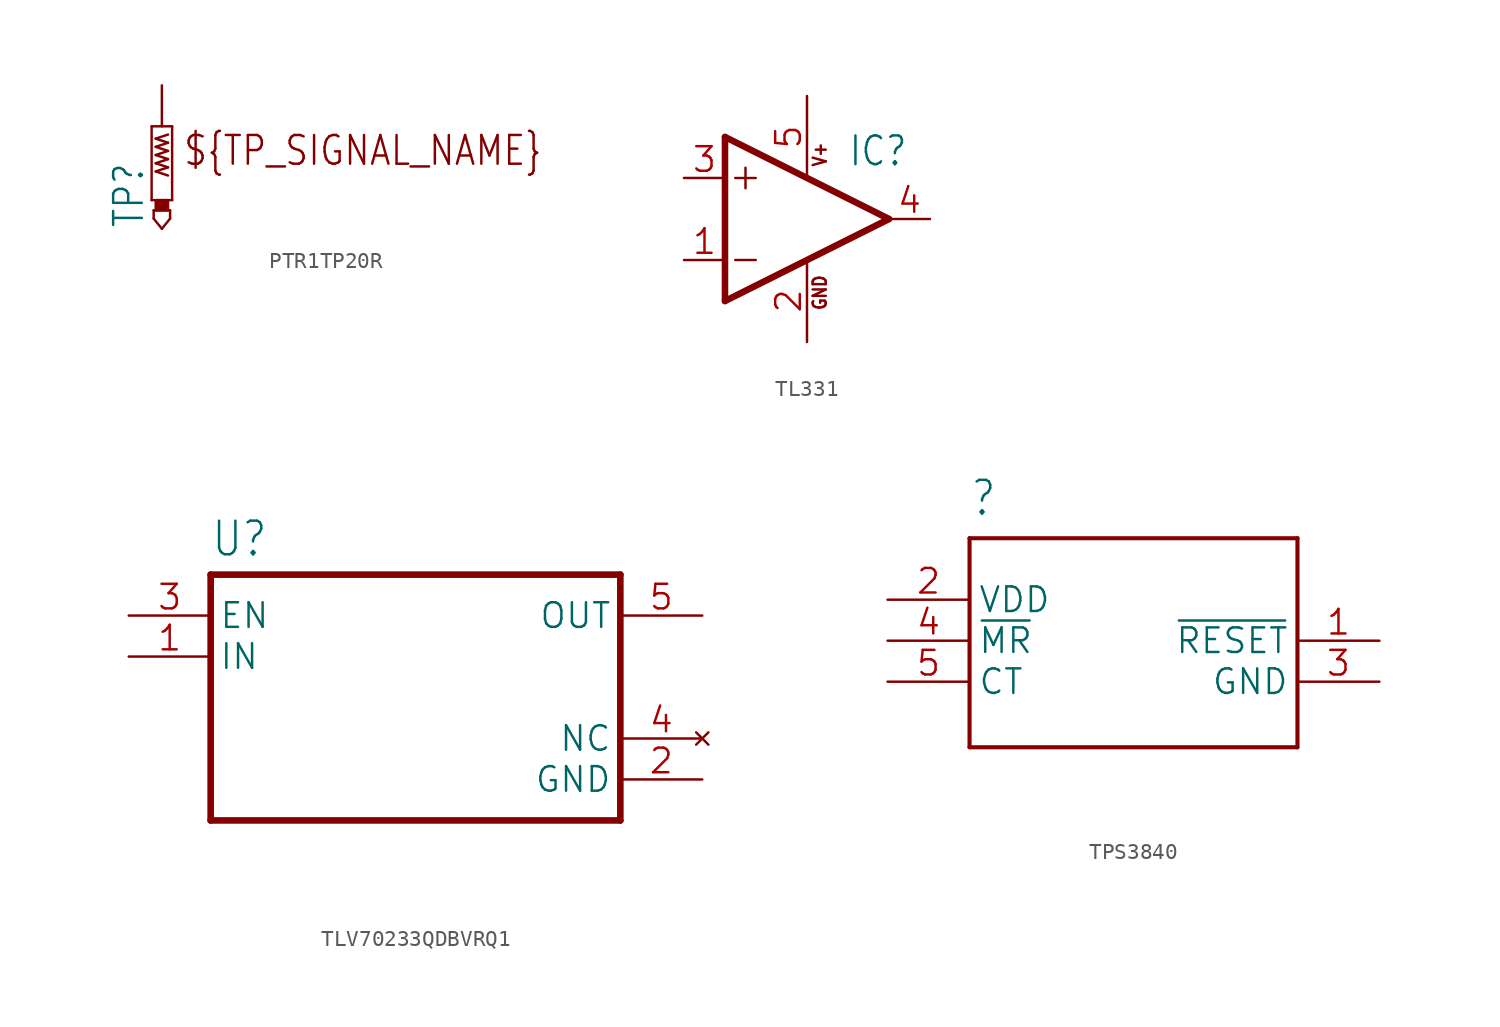
<source format=kicad_sym>
(kicad_symbol_lib
  (version 20241209)
  (generator "kicad_symbol_editor")
  (generator_version "9.0")
  (symbol "PTR1TP20R"
    (property "Reference" "TP"
      (at -1.016 -6.35 90)
      (effects (font (size 1.778 1.511)) (justify left bottom)))
    (property "ki_locked" ""
      (at 0 0 0)
      (effects (font (size 1.27 1.27))))
    (symbol "PTR1TP20R_1_0"
      (polyline (pts (xy -0.635 0) (xy -0.635 -4.572)) (stroke (width 0.152) (type solid)) (fill (type none)))
      (polyline (pts (xy -0.508 -5.207) (xy -0.508 -5.715)) (stroke (width 0.152) (type solid)) (fill (type none)))
      (polyline (pts (xy -0.508 -5.715) (xy 0 -6.35)) (stroke (width 0.152) (type solid)) (fill (type none)))
      (polyline (pts (xy -0.381 -0.762) (xy 0.381 -0.508)) (stroke (width 0.152) (type solid)) (fill (type none)))
      (polyline (pts (xy -0.381 -1.27) (xy 0.381 -1.016)) (stroke (width 0.152) (type solid)) (fill (type none)))
      (polyline (pts (xy -0.381 -1.778) (xy 0.381 -1.524)) (stroke (width 0.152) (type solid)) (fill (type none)))
      (polyline (pts (xy -0.381 -2.286) (xy 0.381 -2.032)) (stroke (width 0.152) (type solid)) (fill (type none)))
      (polyline (pts (xy -0.381 -2.794) (xy 0.381 -2.54)) (stroke (width 0.152) (type solid)) (fill (type none)))
      (rectangle (start -0.381 -5.207) (end 0.381 -4.572) (stroke (width 0) (type default)) (fill (type outline)))
      (polyline (pts (xy 0 -6.35) (xy 0.508 -5.715)) (stroke (width 0.152) (type solid)) (fill (type none)))
      (polyline (pts (xy 0.381 -1.016) (xy -0.381 -0.762)) (stroke (width 0.152) (type solid)) (fill (type none)))
      (polyline (pts (xy 0.381 -1.524) (xy -0.381 -1.27)) (stroke (width 0.152) (type solid)) (fill (type none)))
      (polyline (pts (xy 0.381 -2.032) (xy -0.381 -1.778)) (stroke (width 0.152) (type solid)) (fill (type none)))
      (polyline (pts (xy 0.381 -2.54) (xy -0.381 -2.286)) (stroke (width 0.152) (type solid)) (fill (type none)))
      (polyline (pts (xy 0.381 -3.048) (xy -0.381 -2.794)) (stroke (width 0.152) (type solid)) (fill (type none)))
      (polyline (pts (xy 0.508 -5.207) (xy -0.508 -5.207)) (stroke (width 0.152) (type solid)) (fill (type none)))
      (polyline (pts (xy 0.508 -5.715) (xy 0.508 -5.207)) (stroke (width 0.152) (type solid)) (fill (type none)))
      (polyline (pts (xy 0.635 0) (xy -0.635 0)) (stroke (width 0.152) (type solid)) (fill (type none)))
      (polyline (pts (xy 0.635 -4.572) (xy -0.635 -4.572)) (stroke (width 0.152) (type solid)) (fill (type none)))
      (polyline (pts (xy 0.635 -4.572) (xy 0.635 0)) (stroke (width 0.152) (type solid)) (fill (type none)))
      (text "${TP_SIGNAL_NAME}" (at 1.27 -2.54 0) (effects (font (size 1.778 1.511)) (justify left bottom)))
      (pin input line (at 0 2.54 270) (length 2.54) (name "TP" (effects (font (size 0 0)))) (number "TP" (effects (font (size 0 0)))))))
  (symbol "TL331"
    (property "Reference" "IC"
      (at 2.54 3.175 0)
      (effects (font (size 1.778 1.511)) (justify left bottom)))
    (property "Value" ""
      (at 2.54 -5.08 0)
      (effects (font (size 1.778 1.511)) (justify left bottom)))
    (property "ki_locked" ""
      (at 0 0 0)
      (effects (font (size 1.27 1.27))))
    (symbol "TL331_1_0"
      (polyline (pts (xy -5.08 5.08) (xy -5.08 -5.08)) (stroke (width 0.406) (type solid)) (fill (type none)))
      (polyline (pts (xy -5.08 -5.08) (xy 5.08 0)) (stroke (width 0.406) (type solid)) (fill (type none)))
      (polyline (pts (xy -4.445 2.54) (xy -3.175 2.54)) (stroke (width 0.152) (type solid)) (fill (type none)))
      (polyline (pts (xy -4.445 -2.54) (xy -3.175 -2.54)) (stroke (width 0.152) (type solid)) (fill (type none)))
      (polyline (pts (xy -3.81 3.175) (xy -3.81 1.905)) (stroke (width 0.152) (type solid)) (fill (type none)))
      (polyline (pts (xy 5.08 0) (xy -5.08 5.08)) (stroke (width 0.406) (type solid)) (fill (type none)))
      (text "V+" (at 1.27 3.175 900) (effects (font (size 0.813 0.691)) (justify left bottom)))
      (text "GND" (at 1.27 -5.715 900) (effects (font (size 0.813 0.691)) (justify left bottom)))
      (pin input line (at -7.62 2.54 0) (length 2.54) (name "+IN" (effects (font (size 0 0)))) (number "3" (effects (font (size 1.524 1.524)))))
      (pin input line (at -7.62 -2.54 0) (length 2.54) (name "-IN" (effects (font (size 0 0)))) (number "1" (effects (font (size 1.524 1.524)))))
      (pin power_in line (at 0 7.62 270) (length 5.08) (name "V+" (effects (font (size 0 0)))) (number "5" (effects (font (size 1.524 1.524)))))
      (pin power_in line (at 0 -7.62 90) (length 5.08) (name "GND" (effects (font (size 0 0)))) (number "2" (effects (font (size 1.524 1.524)))))
      (pin output line (at 7.62 0 180) (length 2.54) (name "OUT" (effects (font (size 0 0)))) (number "4" (effects (font (size 1.524 1.524)))))))
  (symbol "TLV70233QDBVRQ1"
    (property "Reference" "U"
      (at -12.7 8.62 0)
      (effects (font (size 2.083 1.77)) (justify left bottom)))
    (property "Value" ""
      (at -12.7 -11.62 0)
      (effects (font (size 2.083 1.77)) (justify left bottom)))
    (property "ki_locked" ""
      (at 0 0 0)
      (effects (font (size 1.27 1.27))))
    (symbol "TLV70233QDBVRQ1_1_0"
      (polyline (pts (xy -12.7 7.62) (xy 12.7 7.62)) (stroke (width 0.41) (type solid)) (fill (type none)))
      (polyline (pts (xy -12.7 -7.62) (xy -12.7 7.62)) (stroke (width 0.41) (type solid)) (fill (type none)))
      (polyline (pts (xy 12.7 7.62) (xy 12.7 -7.62)) (stroke (width 0.41) (type solid)) (fill (type none)))
      (polyline (pts (xy 12.7 -7.62) (xy -12.7 -7.62)) (stroke (width 0.41) (type solid)) (fill (type none)))
      (pin input line (at -17.78 5.08 0) (length 5.08) (name "EN" (effects (font (size 1.524 1.524)))) (number "3" (effects (font (size 1.524 1.524)))))
      (pin input line (at -17.78 2.54 0) (length 5.08) (name "IN" (effects (font (size 1.524 1.524)))) (number "1" (effects (font (size 1.524 1.524)))))
      (pin output line (at 17.78 5.08 180) (length 5.08) (name "OUT" (effects (font (size 1.524 1.524)))) (number "5" (effects (font (size 1.524 1.524)))))
      (pin no_connect line (at 17.78 -2.54 180) (length 5.08) (name "NC" (effects (font (size 1.524 1.524)))) (number "4" (effects (font (size 1.524 1.524)))))
      (pin power_in line (at 17.78 -5.08 180) (length 5.08) (name "GND" (effects (font (size 1.524 1.524)))) (number "2" (effects (font (size 1.524 1.524)))))))
  (symbol "TPS3840"
    (property "Reference" ""
      (at -10.16 7.62 0)
      (effects (font (size 2.083 1.77)) (justify left bottom)))
    (property "Value" ""
      (at -10.16 -10.16 0)
      (effects (font (size 2.083 1.77)) (justify left bottom)))
    (property "ki_locked" ""
      (at 0 0 0)
      (effects (font (size 1.27 1.27))))
    (symbol "TPS3840_1_0"
      (polyline (pts (xy -10.16 6.35) (xy 10.16 6.35)) (stroke (width 0.254) (type solid)) (fill (type none)))
      (polyline (pts (xy -10.16 -6.604) (xy -10.16 6.35)) (stroke (width 0.254) (type solid)) (fill (type none)))
      (polyline (pts (xy 10.16 6.35) (xy 10.16 -6.604)) (stroke (width 0.254) (type solid)) (fill (type none)))
      (polyline (pts (xy 10.16 -6.604) (xy -10.16 -6.604)) (stroke (width 0.254) (type solid)) (fill (type none)))
      (pin power_in line (at -15.24 2.54 0) (length 5.08) (name "VDD" (effects (font (size 1.524 1.524)))) (number "2" (effects (font (size 1.524 1.524)))))
      (pin input line (at -15.24 0 0) (length 5.08) (name "~{MR}" (effects (font (size 1.524 1.524)))) (number "4" (effects (font (size 1.524 1.524)))))
      (pin bidirectional line (at -15.24 -2.54 0) (length 5.08) (name "CT" (effects (font (size 1.524 1.524)))) (number "5" (effects (font (size 1.524 1.524)))))
      (pin output line (at 15.24 0 180) (length 5.08) (name "~{RESET}" (effects (font (size 1.524 1.524)))) (number "1" (effects (font (size 1.524 1.524)))))
      (pin power_in line (at 15.24 -2.54 180) (length 5.08) (name "GND" (effects (font (size 1.524 1.524)))) (number "3" (effects (font (size 1.524 1.524))))))))
</source>
